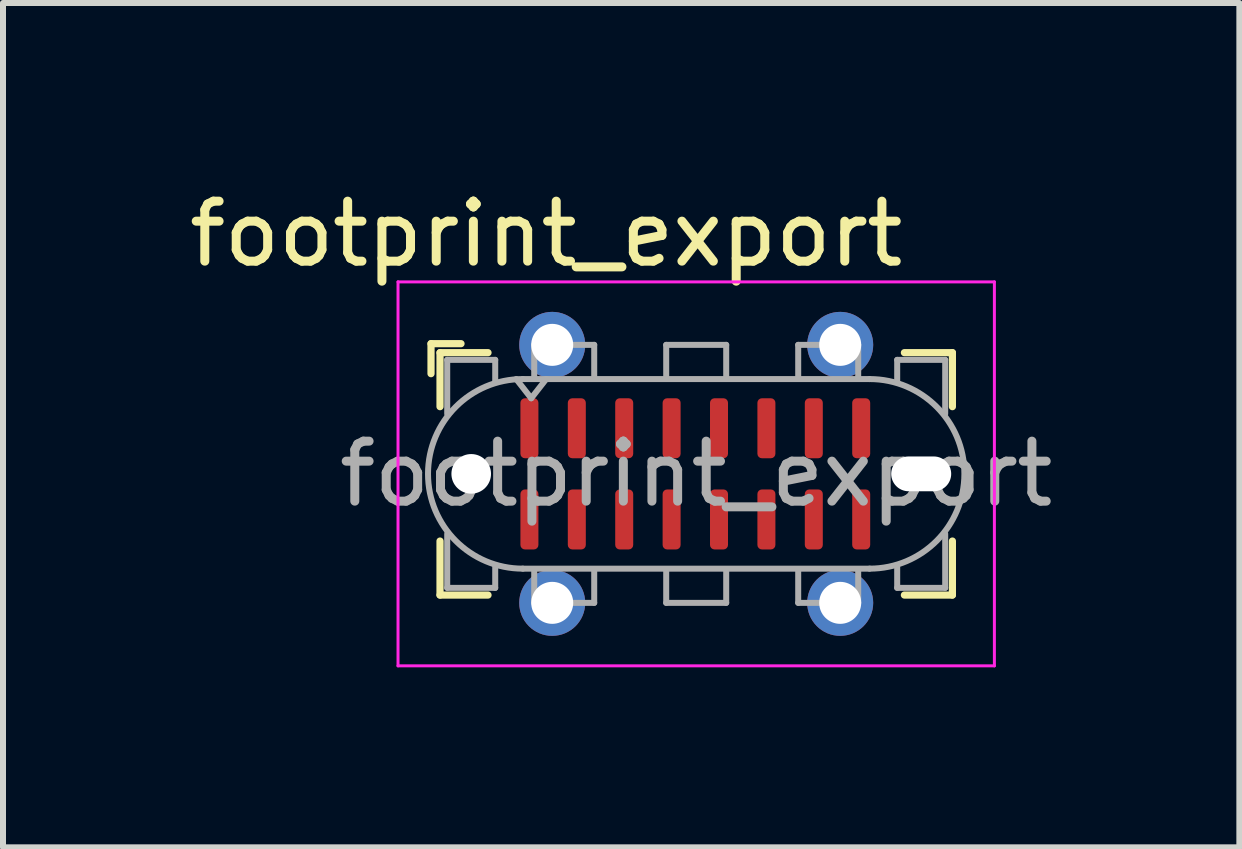
<source format=kicad_pcb>
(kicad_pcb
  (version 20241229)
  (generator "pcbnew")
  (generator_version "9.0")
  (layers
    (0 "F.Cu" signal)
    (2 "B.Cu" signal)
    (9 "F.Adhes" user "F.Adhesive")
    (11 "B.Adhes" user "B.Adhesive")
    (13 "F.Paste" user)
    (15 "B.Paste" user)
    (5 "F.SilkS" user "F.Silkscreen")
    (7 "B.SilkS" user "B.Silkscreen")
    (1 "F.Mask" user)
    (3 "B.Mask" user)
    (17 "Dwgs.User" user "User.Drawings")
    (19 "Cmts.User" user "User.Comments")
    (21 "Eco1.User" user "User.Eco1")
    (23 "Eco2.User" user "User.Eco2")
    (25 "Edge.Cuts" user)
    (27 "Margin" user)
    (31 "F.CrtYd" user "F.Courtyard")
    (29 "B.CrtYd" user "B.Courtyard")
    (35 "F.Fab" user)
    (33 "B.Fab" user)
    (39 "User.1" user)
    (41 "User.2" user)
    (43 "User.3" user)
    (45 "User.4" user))
  (footprint "footprint_export"
    (layer "F.Cu")
    (at 8.554 4.848)
    (property "Reference" "footprint_export" (at -2.5 -4 0) (unlocked yes) (layer "F.SilkS") (effects (font (size 1 1) (thickness 0.15))))
    (attr smd)
    (fp_line (start -4.42 -2.17) (end -4.42 -1.67) (stroke (width 0.12) (type solid)) (layer "F.SilkS"))
    (fp_line (start -4.42 -2.17) (end -3.92 -2.17) (stroke (width 0.12) (type solid)) (layer "F.SilkS"))
    (fp_line (start -4.27 -2.02) (end -4.27 -1.12) (stroke (width 0.12) (type solid)) (layer "F.SilkS"))
    (fp_line (start -4.27 -2.02) (end -3.47 -2.02) (stroke (width 0.12) (type solid)) (layer "F.SilkS"))
    (fp_line (start -4.27 2.02) (end -4.27 1.12) (stroke (width 0.12) (type solid)) (layer "F.SilkS"))
    (fp_line (start -4.27 2.02) (end -3.47 2.02) (stroke (width 0.12) (type solid)) (layer "F.SilkS"))
    (fp_line (start 4.27 -2.02) (end 3.47 -2.02) (stroke (width 0.12) (type solid)) (layer "F.SilkS"))
    (fp_line (start 4.27 -2.02) (end 4.27 -1.12) (stroke (width 0.12) (type solid)) (layer "F.SilkS"))
    (fp_line (start 4.27 2.02) (end 3.47 2.02) (stroke (width 0.12) (type solid)) (layer "F.SilkS"))
    (fp_line (start 4.27 2.02) (end 4.27 1.12) (stroke (width 0.12) (type solid)) (layer "F.SilkS"))
    (fp_line (start -4.97 -3.2) (end -4.97 3.2) (stroke (width 0.05) (type solid)) (layer "F.CrtYd"))
    (fp_line (start -4.97 3.2) (end 4.97 3.2) (stroke (width 0.05) (type solid)) (layer "F.CrtYd"))
    (fp_line (start 4.97 -3.2) (end -4.97 -3.2) (stroke (width 0.05) (type solid)) (layer "F.CrtYd"))
    (fp_line (start 4.97 3.2) (end 4.97 -3.2) (stroke (width 0.05) (type solid)) (layer "F.CrtYd"))
    (fp_line (start -4.15 -1.9) (end -4.15 -1) (stroke (width 0.1) (type solid)) (layer "F.Fab"))
    (fp_line (start -4.15 -1.9) (end -3.35 -1.9) (stroke (width 0.1) (type solid)) (layer "F.Fab"))
    (fp_line (start -4.15 1.9) (end -4.15 1) (stroke (width 0.1) (type solid)) (layer "F.Fab"))
    (fp_line (start -4.15 1.9) (end -3.35 1.9) (stroke (width 0.1) (type solid)) (layer "F.Fab"))
    (fp_line (start -3.35 -1.9) (end -3.35 -1.55) (stroke (width 0.1) (type solid)) (layer "F.Fab"))
    (fp_line (start -3.35 1.9) (end -3.35 1.55) (stroke (width 0.1) (type solid)) (layer "F.Fab"))
    (fp_line (start -2.89 1.58) (end 2.89 1.58) (stroke (width 0.1) (type solid)) (layer "F.Fab"))
    (fp_line (start -2.75 -1.26) (end -3 -1.58) (stroke (width 0.1) (type solid)) (layer "F.Fab"))
    (fp_line (start -2.7 -2.15) (end -1.7 -2.15) (stroke (width 0.1) (type solid)) (layer "F.Fab"))
    (fp_line (start -2.7 -1.6) (end -2.7 -2.15) (stroke (width 0.1) (type solid)) (layer "F.Fab"))
    (fp_line (start -2.7 1.6) (end -2.7 2.15) (stroke (width 0.1) (type solid)) (layer "F.Fab"))
    (fp_line (start -2.7 2.15) (end -1.7 2.15) (stroke (width 0.1) (type solid)) (layer "F.Fab"))
    (fp_line (start -2.5 -1.58) (end -2.75 -1.26) (stroke (width 0.1) (type solid)) (layer "F.Fab"))
    (fp_line (start -1.7 -2.15) (end -1.7 -1.6) (stroke (width 0.1) (type solid)) (layer "F.Fab"))
    (fp_line (start -1.7 2.15) (end -1.7 1.6) (stroke (width 0.1) (type solid)) (layer "F.Fab"))
    (fp_line (start -0.5 -2.15) (end 0.5 -2.15) (stroke (width 0.1) (type solid)) (layer "F.Fab"))
    (fp_line (start -0.5 -1.6) (end -0.5 -2.15) (stroke (width 0.1) (type solid)) (layer "F.Fab"))
    (fp_line (start -0.5 2.15) (end -0.5 1.6) (stroke (width 0.1) (type solid)) (layer "F.Fab"))
    (fp_line (start 0.5 -2.15) (end 0.5 -1.6) (stroke (width 0.1) (type solid)) (layer "F.Fab"))
    (fp_line (start 0.5 1.6) (end 0.5 2.15) (stroke (width 0.1) (type solid)) (layer "F.Fab"))
    (fp_line (start 0.5 2.15) (end -0.5 2.15) (stroke (width 0.1) (type solid)) (layer "F.Fab"))
    (fp_line (start 1.7 -2.15) (end 1.7 -1.6) (stroke (width 0.1) (type solid)) (layer "F.Fab"))
    (fp_line (start 1.7 2.15) (end 1.7 1.6) (stroke (width 0.1) (type solid)) (layer "F.Fab"))
    (fp_line (start 2.7 -2.15) (end 1.7 -2.15) (stroke (width 0.1) (type solid)) (layer "F.Fab"))
    (fp_line (start 2.7 -1.6) (end 2.7 -2.15) (stroke (width 0.1) (type solid)) (layer "F.Fab"))
    (fp_line (start 2.7 1.6) (end 2.7 2.15) (stroke (width 0.1) (type solid)) (layer "F.Fab"))
    (fp_line (start 2.7 2.15) (end 1.7 2.15) (stroke (width 0.1) (type solid)) (layer "F.Fab"))
    (fp_line (start 2.89 -1.58) (end -2.89 -1.58) (stroke (width 0.1) (type solid)) (layer "F.Fab"))
    (fp_line (start 3.35 -1.9) (end 3.35 -1.55) (stroke (width 0.1) (type solid)) (layer "F.Fab"))
    (fp_line (start 3.35 1.9) (end 3.35 1.55) (stroke (width 0.1) (type solid)) (layer "F.Fab"))
    (fp_line (start 4.15 -1.9) (end 3.35 -1.9) (stroke (width 0.1) (type solid)) (layer "F.Fab"))
    (fp_line (start 4.15 -1.9) (end 4.15 -1) (stroke (width 0.1) (type solid)) (layer "F.Fab"))
    (fp_line (start 4.15 1.9) (end 3.35 1.9) (stroke (width 0.1) (type solid)) (layer "F.Fab"))
    (fp_line (start 4.15 1.9) (end 4.15 1) (stroke (width 0.1) (type solid)) (layer "F.Fab"))
    (fp_arc (start -2.89 1.58) (mid -4.47 0) (end -2.89 -1.58) (stroke (width 0.1) (type solid)) (layer "F.Fab"))
    (fp_arc (start 2.89 -1.58) (mid 4.47 0) (end 2.89 1.58) (stroke (width 0.1) (type solid)) (layer "F.Fab"))
    (fp_text user "${REFERENCE}" (at 0 0 0) (unlocked yes) (layer "F.Fab") (effects (font (size 1 1) (thickness 0.15))))
    (pad "" np_thru_hole circle (at -3.75 0) (size 0.66 0.66) (drill 0.66) (layers "*.Cu" "*.Mask"))
    (pad "" np_thru_hole oval (at 3.75 0) (size 1 0.58) (drill oval 1 0.58) (layers "*.Cu" "*.Mask"))
    (pad "A1" smd roundrect (at -2.78 -0.76) (size 0.3 1) (layers "F.Cu" "F.Mask" "F.Paste") (roundrect_rratio 0.25))
    (pad "A4" smd roundrect (at -1.99 -0.76) (size 0.3 1) (layers "F.Cu" "F.Mask" "F.Paste") (roundrect_rratio 0.25))
    (pad "A5" smd roundrect (at -1.2 -0.76) (size 0.3 1) (layers "F.Cu" "F.Mask" "F.Paste") (roundrect_rratio 0.25))
    (pad "A6" smd roundrect (at -0.41 -0.76) (size 0.3 1) (layers "F.Cu" "F.Mask" "F.Paste") (roundrect_rratio 0.25))
    (pad "A7" smd roundrect (at 0.38 -0.76) (size 0.3 1) (layers "F.Cu" "F.Mask" "F.Paste") (roundrect_rratio 0.25))
    (pad "A8" smd roundrect (at 1.17 -0.76) (size 0.3 1) (layers "F.Cu" "F.Mask" "F.Paste") (roundrect_rratio 0.25))
    (pad "A9" smd roundrect (at 1.96 -0.76) (size 0.3 1) (layers "F.Cu" "F.Mask" "F.Paste") (roundrect_rratio 0.25))
    (pad "A12" smd roundrect (at 2.75 -0.76) (size 0.3 1) (layers "F.Cu" "F.Mask" "F.Paste") (roundrect_rratio 0.25))
    (pad "B1" smd roundrect (at 2.75 0.76) (size 0.3 1) (layers "F.Cu" "F.Mask" "F.Paste") (roundrect_rratio 0.25))
    (pad "B4" smd roundrect (at 1.96 0.76) (size 0.3 1) (layers "F.Cu" "F.Mask" "F.Paste") (roundrect_rratio 0.25))
    (pad "B5" smd roundrect (at 1.17 0.76) (size 0.3 1) (layers "F.Cu" "F.Mask" "F.Paste") (roundrect_rratio 0.25))
    (pad "B6" smd roundrect (at 0.38 0.76) (size 0.3 1) (layers "F.Cu" "F.Mask" "F.Paste") (roundrect_rratio 0.25))
    (pad "B7" smd roundrect (at -0.41 0.76) (size 0.3 1) (layers "F.Cu" "F.Mask" "F.Paste") (roundrect_rratio 0.25))
    (pad "B8" smd roundrect (at -1.2 0.76) (size 0.3 1) (layers "F.Cu" "F.Mask" "F.Paste") (roundrect_rratio 0.25))
    (pad "B9" smd roundrect (at -1.99 0.76) (size 0.3 1) (layers "F.Cu" "F.Mask" "F.Paste") (roundrect_rratio 0.25))
    (pad "B12" smd roundrect (at -2.78 0.76) (size 0.3 1) (layers "F.Cu" "F.Mask" "F.Paste") (roundrect_rratio 0.25))
    (pad "S1" thru_hole circle (at -2.4 -2.15) (size 1.1 1.1) (drill 0.7) (layers "*.Cu" "*.Mask" "F.Paste"))
    (pad "S1" thru_hole circle (at -2.4 2.15) (size 1.1 1.1) (drill 0.7) (layers "*.Cu" "*.Mask" "F.Paste"))
    (pad "S1" thru_hole circle (at 2.4 -2.15) (size 1.1 1.1) (drill 0.7) (layers "*.Cu" "*.Mask" "F.Paste"))
    (pad "S1" thru_hole circle (at 2.4 2.15) (size 1.1 1.1) (drill 0.7) (layers "*.Cu" "*.Mask" "F.Paste"))
    (zone (net_name "") (layer "F.Cu") (name "peg") (hatch full 0.508) (connect_pads) (min_thickness 0.254) (filled_areas_thickness no) (keepout (tracks not_allowed) (vias not_allowed) (pads not_allowed) (copperpour not_allowed) (footprints not_allowed)) (placement (enabled no)) (fill) (polygon (pts (xy 9.354 3.048) (xy 7.754 3.048) (xy 7.754 2.348) (xy 9.354 2.348))))
    (zone (net_name "") (layer "F.Cu") (name "peg") (hatch full 0.508) (connect_pads) (min_thickness 0.254) (filled_areas_thickness no) (keepout (tracks not_allowed) (vias not_allowed) (pads not_allowed) (copperpour not_allowed) (footprints not_allowed)) (placement (enabled no)) (fill) (polygon (pts (xy 9.354 7.348) (xy 7.754 7.348) (xy 7.754 6.648) (xy 9.354 6.648)))))
  (gr_rect
    (start -3 -3)
    (end 17.607 11.073)
    (stroke (width 0.1) (type default))
    (fill no)
    (layer "Edge.Cuts")))
</source>
